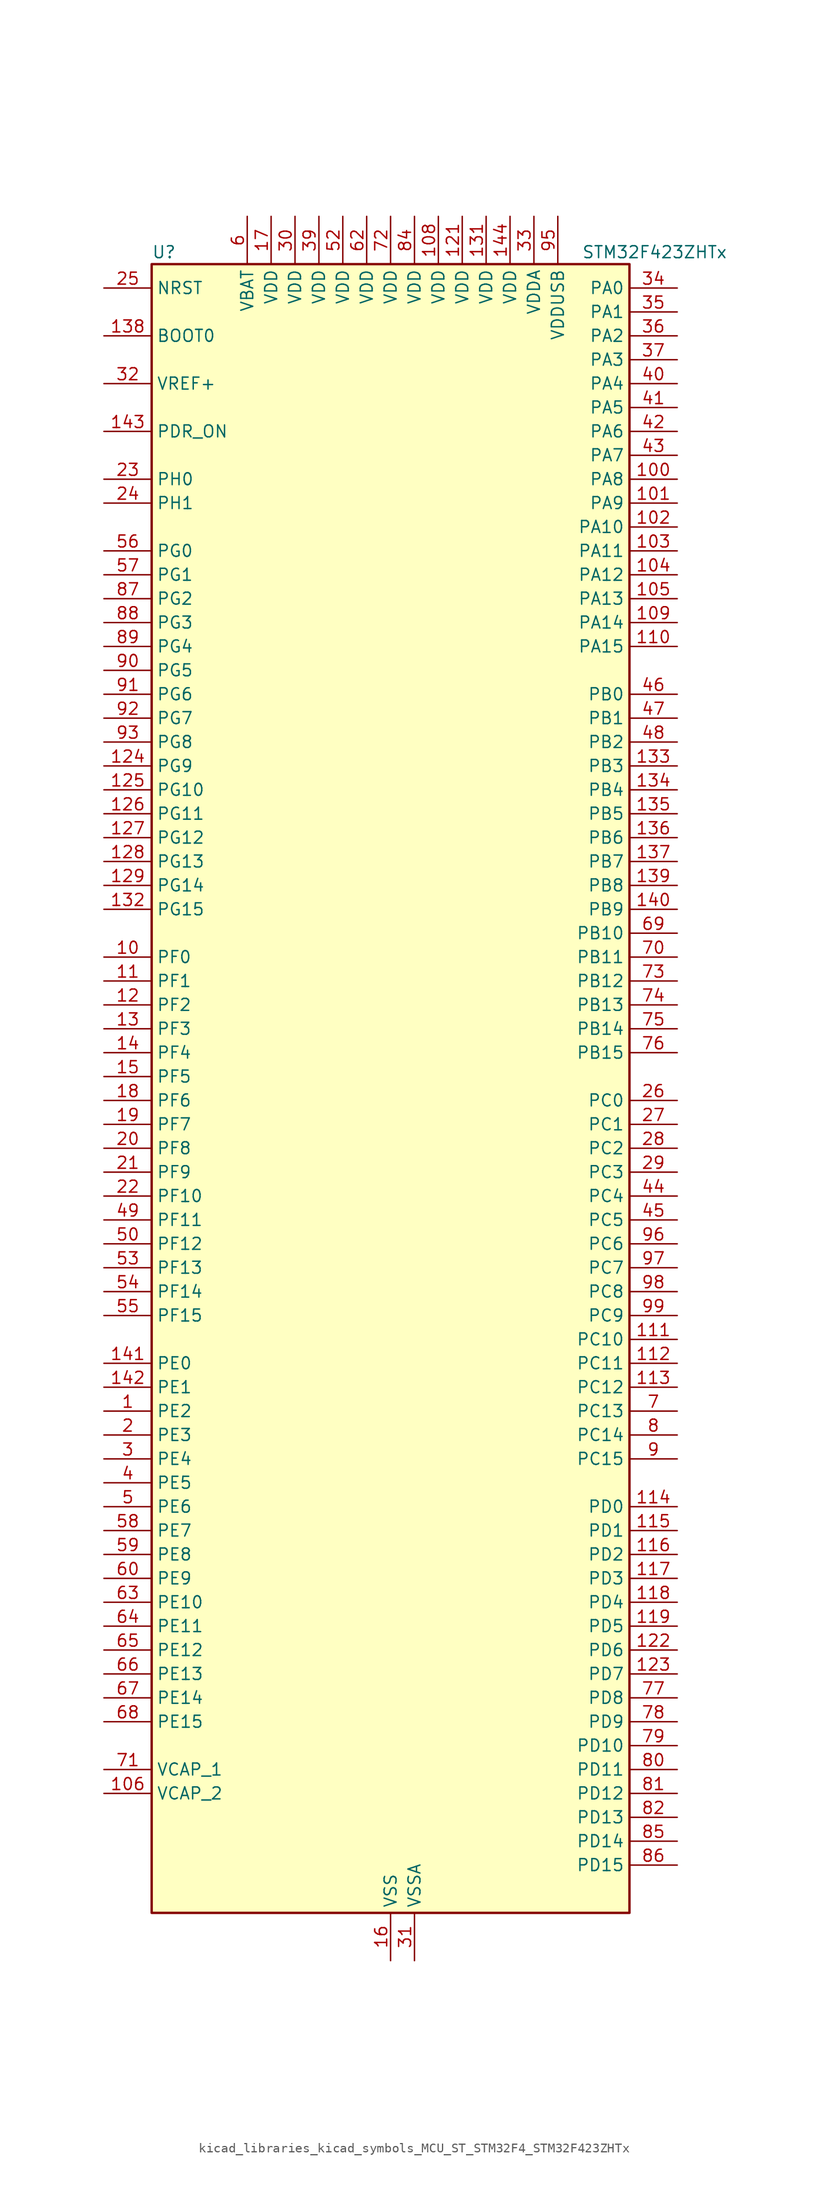
<source format=kicad_sym>
(kicad_symbol_lib
  (version 20220914)
  (generator kicad_symbol_editor)
  (symbol "kicad_libraries_kicad_symbols_MCU_ST_STM32F4_STM32F423ZHTx"
    (property "Reference" "U"
      (at -25.4 90.17 0)
      (effects (font (size 1.27 1.27)) (justify left)))
    (property "Value" "STM32F423ZHTx"
      (at 20.32 90.17 0)
      (effects (font (size 1.27 1.27)) (justify left)))
    (property "ki_locked" ""
      (at 0 0 0)
      (effects (font (size 1.27 1.27))))
    (symbol "kicad_libraries_kicad_symbols_MCU_ST_STM32F4_STM32F423ZHTx_0_1"
      (rectangle (start -25.4 -86.36) (end 25.4 88.9) (stroke (width 0.254) (type default)) (fill (type background))))
    (symbol "kicad_libraries_kicad_symbols_MCU_ST_STM32F4_STM32F423ZHTx_1_1"
      (pin bidirectional line (at -30.48 -33.02 0) (length 5.08) (name "PE2" (effects (font (size 1.27 1.27)))) (number "1" (effects (font (size 1.27 1.27)))) (alternate "FSMC_A23" bidirectional line) (alternate "I2S4_CK" bidirectional line) (alternate "I2S5_CK" bidirectional line) (alternate "QUADSPI_BK1_IO2" bidirectional line) (alternate "SAI1_MCLK_A" bidirectional line) (alternate "SPI4_SCK" bidirectional line) (alternate "SPI5_SCK" bidirectional line) (alternate "SYS_TRACECLK" bidirectional line) (alternate "UART10_RX" bidirectional line))
      (pin bidirectional line (at -30.48 15.24 0) (length 5.08) (name "PF0" (effects (font (size 1.27 1.27)))) (number "10" (effects (font (size 1.27 1.27)))) (alternate "FSMC_A0" bidirectional line) (alternate "I2C2_SDA" bidirectional line))
      (pin bidirectional line (at 30.48 66.04 180) (length 5.08) (name "PA8" (effects (font (size 1.27 1.27)))) (number "100" (effects (font (size 1.27 1.27)))) (alternate "CAN3_RX" bidirectional line) (alternate "DFSDM1_CKOUT" bidirectional line) (alternate "I2C3_SCL" bidirectional line) (alternate "RCC_MCO_1" bidirectional line) (alternate "SDIO_D1" bidirectional line) (alternate "TIM1_CH1" bidirectional line) (alternate "UART7_RX" bidirectional line) (alternate "USART1_CK" bidirectional line) (alternate "USB_OTG_FS_SOF" bidirectional line))
      (pin bidirectional line (at 30.48 63.5 180) (length 5.08) (name "PA9" (effects (font (size 1.27 1.27)))) (number "101" (effects (font (size 1.27 1.27)))) (alternate "DAC_EXTI9" bidirectional line) (alternate "DFSDM2_CKIN3" bidirectional line) (alternate "I2C3_SMBA" bidirectional line) (alternate "I2S2_CK" bidirectional line) (alternate "SDIO_D2" bidirectional line) (alternate "SPI2_SCK" bidirectional line) (alternate "TIM1_CH2" bidirectional line) (alternate "USART1_TX" bidirectional line) (alternate "USB_OTG_FS_VBUS" bidirectional line))
      (pin bidirectional line (at 30.48 60.96 180) (length 5.08) (name "PA10" (effects (font (size 1.27 1.27)))) (number "102" (effects (font (size 1.27 1.27)))) (alternate "DFSDM2_DATIN3" bidirectional line) (alternate "I2S2_SD" bidirectional line) (alternate "I2S5_SD" bidirectional line) (alternate "SPI2_MOSI" bidirectional line) (alternate "SPI5_MOSI" bidirectional line) (alternate "TIM1_CH3" bidirectional line) (alternate "USART1_RX" bidirectional line) (alternate "USB_OTG_FS_ID" bidirectional line))
      (pin bidirectional line (at 30.48 58.42 180) (length 5.08) (name "PA11" (effects (font (size 1.27 1.27)))) (number "103" (effects (font (size 1.27 1.27)))) (alternate "ADC1_EXTI11" bidirectional line) (alternate "CAN1_RX" bidirectional line) (alternate "DFSDM2_CKIN5" bidirectional line) (alternate "I2S2_WS" bidirectional line) (alternate "SPI2_NSS" bidirectional line) (alternate "SPI4_MISO" bidirectional line) (alternate "TIM1_CH4" bidirectional line) (alternate "UART4_RX" bidirectional line) (alternate "USART1_CTS" bidirectional line) (alternate "USART6_TX" bidirectional line) (alternate "USB_OTG_FS_DM" bidirectional line))
      (pin bidirectional line (at 30.48 55.88 180) (length 5.08) (name "PA12" (effects (font (size 1.27 1.27)))) (number "104" (effects (font (size 1.27 1.27)))) (alternate "CAN1_TX" bidirectional line) (alternate "DFSDM2_DATIN5" bidirectional line) (alternate "SPI2_MISO" bidirectional line) (alternate "SPI5_MISO" bidirectional line) (alternate "TIM1_ETR" bidirectional line) (alternate "UART4_TX" bidirectional line) (alternate "USART1_RTS" bidirectional line) (alternate "USART6_RX" bidirectional line) (alternate "USB_OTG_FS_DP" bidirectional line))
      (pin bidirectional line (at 30.48 53.34 180) (length 5.08) (name "PA13" (effects (font (size 1.27 1.27)))) (number "105" (effects (font (size 1.27 1.27)))) (alternate "SYS_JTMS-SWDIO" bidirectional line))
      (pin power_out line (at -30.48 -73.66 0) (length 5.08) (name "VCAP_2" (effects (font (size 1.27 1.27)))) (number "106" (effects (font (size 1.27 1.27)))))
      (pin passive line (at 0 -91.44 90) (length 5.08) hide (name "VSS" (effects (font (size 1.27 1.27)))) (number "107" (effects (font (size 1.27 1.27)))))
      (pin power_in line (at 5.08 93.98 270) (length 5.08) (name "VDD" (effects (font (size 1.27 1.27)))) (number "108" (effects (font (size 1.27 1.27)))))
      (pin bidirectional line (at 30.48 50.8 180) (length 5.08) (name "PA14" (effects (font (size 1.27 1.27)))) (number "109" (effects (font (size 1.27 1.27)))) (alternate "SYS_JTCK-SWCLK" bidirectional line))
      (pin bidirectional line (at -30.48 12.7 0) (length 5.08) (name "PF1" (effects (font (size 1.27 1.27)))) (number "11" (effects (font (size 1.27 1.27)))) (alternate "FSMC_A1" bidirectional line) (alternate "I2C2_SCL" bidirectional line))
      (pin bidirectional line (at 30.48 48.26 180) (length 5.08) (name "PA15" (effects (font (size 1.27 1.27)))) (number "110" (effects (font (size 1.27 1.27)))) (alternate "ADC1_EXTI15" bidirectional line) (alternate "CAN3_TX" bidirectional line) (alternate "I2S1_WS" bidirectional line) (alternate "I2S3_WS" bidirectional line) (alternate "SAI1_MCLK_A" bidirectional line) (alternate "SPI1_NSS" bidirectional line) (alternate "SPI3_NSS" bidirectional line) (alternate "SYS_JTDI" bidirectional line) (alternate "TIM2_CH1" bidirectional line) (alternate "TIM2_ETR" bidirectional line) (alternate "UART7_TX" bidirectional line) (alternate "USART1_TX" bidirectional line))
      (pin bidirectional line (at 30.48 -25.4 180) (length 5.08) (name "PC10" (effects (font (size 1.27 1.27)))) (number "111" (effects (font (size 1.27 1.27)))) (alternate "DFSDM2_CKIN5" bidirectional line) (alternate "I2S3_CK" bidirectional line) (alternate "QUADSPI_BK1_IO1" bidirectional line) (alternate "SDIO_D2" bidirectional line) (alternate "SPI3_SCK" bidirectional line) (alternate "USART3_TX" bidirectional line))
      (pin bidirectional line (at 30.48 -27.94 180) (length 5.08) (name "PC11" (effects (font (size 1.27 1.27)))) (number "112" (effects (font (size 1.27 1.27)))) (alternate "ADC1_EXTI11" bidirectional line) (alternate "DFSDM2_DATIN5" bidirectional line) (alternate "FSMC_D2" bidirectional line) (alternate "FSMC_DA2" bidirectional line) (alternate "I2S3_ext_SD" bidirectional line) (alternate "QUADSPI_BK2_NCS" bidirectional line) (alternate "SDIO_D3" bidirectional line) (alternate "SPI3_MISO" bidirectional line) (alternate "UART4_RX" bidirectional line) (alternate "USART3_RX" bidirectional line))
      (pin bidirectional line (at 30.48 -30.48 180) (length 5.08) (name "PC12" (effects (font (size 1.27 1.27)))) (number "113" (effects (font (size 1.27 1.27)))) (alternate "FSMC_D3" bidirectional line) (alternate "FSMC_DA3" bidirectional line) (alternate "I2S3_SD" bidirectional line) (alternate "SDIO_CK" bidirectional line) (alternate "SPI3_MOSI" bidirectional line) (alternate "UART5_TX" bidirectional line) (alternate "USART3_CK" bidirectional line))
      (pin bidirectional line (at 30.48 -43.18 180) (length 5.08) (name "PD0" (effects (font (size 1.27 1.27)))) (number "114" (effects (font (size 1.27 1.27)))) (alternate "CAN1_RX" bidirectional line) (alternate "DFSDM2_CKIN6" bidirectional line) (alternate "FSMC_D2" bidirectional line) (alternate "FSMC_DA2" bidirectional line) (alternate "UART4_RX" bidirectional line))
      (pin bidirectional line (at 30.48 -45.72 180) (length 5.08) (name "PD1" (effects (font (size 1.27 1.27)))) (number "115" (effects (font (size 1.27 1.27)))) (alternate "CAN1_TX" bidirectional line) (alternate "DFSDM2_DATIN6" bidirectional line) (alternate "FSMC_D3" bidirectional line) (alternate "FSMC_DA3" bidirectional line) (alternate "UART4_TX" bidirectional line))
      (pin bidirectional line (at 30.48 -48.26 180) (length 5.08) (name "PD2" (effects (font (size 1.27 1.27)))) (number "116" (effects (font (size 1.27 1.27)))) (alternate "DFSDM2_CKOUT" bidirectional line) (alternate "FSMC_NWE" bidirectional line) (alternate "SDIO_CMD" bidirectional line) (alternate "TIM3_ETR" bidirectional line) (alternate "UART5_RX" bidirectional line))
      (pin bidirectional line (at 30.48 -50.8 180) (length 5.08) (name "PD3" (effects (font (size 1.27 1.27)))) (number "117" (effects (font (size 1.27 1.27)))) (alternate "DFSDM1_DATIN0" bidirectional line) (alternate "FSMC_CLK" bidirectional line) (alternate "I2S2_CK" bidirectional line) (alternate "QUADSPI_CLK" bidirectional line) (alternate "SPI2_SCK" bidirectional line) (alternate "SYS_TRACED1" bidirectional line) (alternate "USART2_CTS" bidirectional line))
      (pin bidirectional line (at 30.48 -53.34 180) (length 5.08) (name "PD4" (effects (font (size 1.27 1.27)))) (number "118" (effects (font (size 1.27 1.27)))) (alternate "DFSDM1_CKIN0" bidirectional line) (alternate "FSMC_NOE" bidirectional line) (alternate "USART2_RTS" bidirectional line))
      (pin bidirectional line (at 30.48 -55.88 180) (length 5.08) (name "PD5" (effects (font (size 1.27 1.27)))) (number "119" (effects (font (size 1.27 1.27)))) (alternate "DFSDM2_CKOUT" bidirectional line) (alternate "FSMC_NWE" bidirectional line) (alternate "USART2_TX" bidirectional line))
      (pin bidirectional line (at -30.48 10.16 0) (length 5.08) (name "PF2" (effects (font (size 1.27 1.27)))) (number "12" (effects (font (size 1.27 1.27)))) (alternate "FSMC_A2" bidirectional line) (alternate "I2C2_SMBA" bidirectional line))
      (pin passive line (at 0 -91.44 90) (length 5.08) hide (name "VSS" (effects (font (size 1.27 1.27)))) (number "120" (effects (font (size 1.27 1.27)))))
      (pin power_in line (at 7.62 93.98 270) (length 5.08) (name "VDD" (effects (font (size 1.27 1.27)))) (number "121" (effects (font (size 1.27 1.27)))))
      (pin bidirectional line (at 30.48 -58.42 180) (length 5.08) (name "PD6" (effects (font (size 1.27 1.27)))) (number "122" (effects (font (size 1.27 1.27)))) (alternate "DFSDM1_DATIN1" bidirectional line) (alternate "FSMC_NWAIT" bidirectional line) (alternate "I2S3_SD" bidirectional line) (alternate "SPI3_MOSI" bidirectional line) (alternate "USART2_RX" bidirectional line))
      (pin bidirectional line (at 30.48 -60.96 180) (length 5.08) (name "PD7" (effects (font (size 1.27 1.27)))) (number "123" (effects (font (size 1.27 1.27)))) (alternate "DFSDM1_CKIN1" bidirectional line) (alternate "FSMC_NE1" bidirectional line) (alternate "USART2_CK" bidirectional line))
      (pin bidirectional line (at -30.48 35.56 0) (length 5.08) (name "PG9" (effects (font (size 1.27 1.27)))) (number "124" (effects (font (size 1.27 1.27)))) (alternate "DAC_EXTI9" bidirectional line) (alternate "FSMC_NE2" bidirectional line) (alternate "QUADSPI_BK2_IO2" bidirectional line) (alternate "USART6_RX" bidirectional line))
      (pin bidirectional line (at -30.48 33.02 0) (length 5.08) (name "PG10" (effects (font (size 1.27 1.27)))) (number "125" (effects (font (size 1.27 1.27)))) (alternate "FSMC_NE3" bidirectional line))
      (pin bidirectional line (at -30.48 30.48 0) (length 5.08) (name "PG11" (effects (font (size 1.27 1.27)))) (number "126" (effects (font (size 1.27 1.27)))) (alternate "ADC1_EXTI11" bidirectional line) (alternate "CAN2_RX" bidirectional line) (alternate "UART10_RX" bidirectional line))
      (pin bidirectional line (at -30.48 27.94 0) (length 5.08) (name "PG12" (effects (font (size 1.27 1.27)))) (number "127" (effects (font (size 1.27 1.27)))) (alternate "CAN2_TX" bidirectional line) (alternate "FSMC_NE4" bidirectional line) (alternate "UART10_TX" bidirectional line) (alternate "USART6_RTS" bidirectional line))
      (pin bidirectional line (at -30.48 25.4 0) (length 5.08) (name "PG13" (effects (font (size 1.27 1.27)))) (number "128" (effects (font (size 1.27 1.27)))) (alternate "FSMC_A24" bidirectional line) (alternate "SYS_TRACED2" bidirectional line) (alternate "USART6_CTS" bidirectional line))
      (pin bidirectional line (at -30.48 22.86 0) (length 5.08) (name "PG14" (effects (font (size 1.27 1.27)))) (number "129" (effects (font (size 1.27 1.27)))) (alternate "FSMC_A25" bidirectional line) (alternate "QUADSPI_BK2_IO3" bidirectional line) (alternate "SYS_TRACED3" bidirectional line) (alternate "USART6_TX" bidirectional line))
      (pin bidirectional line (at -30.48 7.62 0) (length 5.08) (name "PF3" (effects (font (size 1.27 1.27)))) (number "13" (effects (font (size 1.27 1.27)))) (alternate "FSMC_A3" bidirectional line) (alternate "TIM5_CH1" bidirectional line))
      (pin passive line (at 0 -91.44 90) (length 5.08) hide (name "VSS" (effects (font (size 1.27 1.27)))) (number "130" (effects (font (size 1.27 1.27)))))
      (pin power_in line (at 10.16 93.98 270) (length 5.08) (name "VDD" (effects (font (size 1.27 1.27)))) (number "131" (effects (font (size 1.27 1.27)))))
      (pin bidirectional line (at -30.48 20.32 0) (length 5.08) (name "PG15" (effects (font (size 1.27 1.27)))) (number "132" (effects (font (size 1.27 1.27)))) (alternate "ADC1_EXTI15" bidirectional line) (alternate "USART6_CTS" bidirectional line))
      (pin bidirectional line (at 30.48 35.56 180) (length 5.08) (name "PB3" (effects (font (size 1.27 1.27)))) (number "133" (effects (font (size 1.27 1.27)))) (alternate "CAN3_RX" bidirectional line) (alternate "FMPI2C1_SDA" bidirectional line) (alternate "I2C2_SDA" bidirectional line) (alternate "I2S1_CK" bidirectional line) (alternate "I2S3_CK" bidirectional line) (alternate "SAI1_SD_A" bidirectional line) (alternate "SPI1_SCK" bidirectional line) (alternate "SPI3_SCK" bidirectional line) (alternate "SYS_JTDO-SWO" bidirectional line) (alternate "TIM2_CH2" bidirectional line) (alternate "UART7_RX" bidirectional line) (alternate "USART1_RX" bidirectional line))
      (pin bidirectional line (at 30.48 33.02 180) (length 5.08) (name "PB4" (effects (font (size 1.27 1.27)))) (number "134" (effects (font (size 1.27 1.27)))) (alternate "CAN3_TX" bidirectional line) (alternate "I2C3_SDA" bidirectional line) (alternate "I2S3_ext_SD" bidirectional line) (alternate "SAI1_SCK_A" bidirectional line) (alternate "SDIO_D0" bidirectional line) (alternate "SPI1_MISO" bidirectional line) (alternate "SPI3_MISO" bidirectional line) (alternate "SYS_JTRST" bidirectional line) (alternate "TIM3_CH1" bidirectional line) (alternate "UART7_TX" bidirectional line))
      (pin bidirectional line (at 30.48 30.48 180) (length 5.08) (name "PB5" (effects (font (size 1.27 1.27)))) (number "135" (effects (font (size 1.27 1.27)))) (alternate "CAN2_RX" bidirectional line) (alternate "I2C1_SMBA" bidirectional line) (alternate "I2S1_SD" bidirectional line) (alternate "I2S3_SD" bidirectional line) (alternate "LPTIM1_IN1" bidirectional line) (alternate "SAI1_FS_A" bidirectional line) (alternate "SDIO_D3" bidirectional line) (alternate "SPI1_MOSI" bidirectional line) (alternate "SPI3_MOSI" bidirectional line) (alternate "TIM3_CH2" bidirectional line) (alternate "UART5_RX" bidirectional line))
      (pin bidirectional line (at 30.48 27.94 180) (length 5.08) (name "PB6" (effects (font (size 1.27 1.27)))) (number "136" (effects (font (size 1.27 1.27)))) (alternate "CAN2_TX" bidirectional line) (alternate "DFSDM2_CKIN7" bidirectional line) (alternate "I2C1_SCL" bidirectional line) (alternate "LPTIM1_ETR" bidirectional line) (alternate "QUADSPI_BK1_NCS" bidirectional line) (alternate "SDIO_D0" bidirectional line) (alternate "TIM4_CH1" bidirectional line) (alternate "UART5_TX" bidirectional line) (alternate "USART1_TX" bidirectional line))
      (pin bidirectional line (at 30.48 25.4 180) (length 5.08) (name "PB7" (effects (font (size 1.27 1.27)))) (number "137" (effects (font (size 1.27 1.27)))) (alternate "DFSDM2_DATIN7" bidirectional line) (alternate "FSMC_NL" bidirectional line) (alternate "I2C1_SDA" bidirectional line) (alternate "LPTIM1_IN2" bidirectional line) (alternate "TIM4_CH2" bidirectional line) (alternate "USART1_RX" bidirectional line))
      (pin input line (at -30.48 81.28 0) (length 5.08) (name "BOOT0" (effects (font (size 1.27 1.27)))) (number "138" (effects (font (size 1.27 1.27)))))
      (pin bidirectional line (at 30.48 22.86 180) (length 5.08) (name "PB8" (effects (font (size 1.27 1.27)))) (number "139" (effects (font (size 1.27 1.27)))) (alternate "CAN1_RX" bidirectional line) (alternate "DFSDM2_CKIN1" bidirectional line) (alternate "I2C1_SCL" bidirectional line) (alternate "I2C3_SDA" bidirectional line) (alternate "I2S5_SD" bidirectional line) (alternate "LPTIM1_OUT" bidirectional line) (alternate "SDIO_D4" bidirectional line) (alternate "SPI5_MOSI" bidirectional line) (alternate "TIM10_CH1" bidirectional line) (alternate "TIM4_CH3" bidirectional line) (alternate "UART5_RX" bidirectional line))
      (pin bidirectional line (at -30.48 5.08 0) (length 5.08) (name "PF4" (effects (font (size 1.27 1.27)))) (number "14" (effects (font (size 1.27 1.27)))) (alternate "FSMC_A4" bidirectional line) (alternate "TIM5_CH2" bidirectional line))
      (pin bidirectional line (at 30.48 20.32 180) (length 5.08) (name "PB9" (effects (font (size 1.27 1.27)))) (number "140" (effects (font (size 1.27 1.27)))) (alternate "CAN1_TX" bidirectional line) (alternate "DAC_EXTI9" bidirectional line) (alternate "DFSDM2_DATIN1" bidirectional line) (alternate "I2C1_SDA" bidirectional line) (alternate "I2C2_SDA" bidirectional line) (alternate "I2S2_WS" bidirectional line) (alternate "SDIO_D5" bidirectional line) (alternate "SPI2_NSS" bidirectional line) (alternate "TIM11_CH1" bidirectional line) (alternate "TIM4_CH4" bidirectional line) (alternate "UART5_TX" bidirectional line))
      (pin bidirectional line (at -30.48 -27.94 0) (length 5.08) (name "PE0" (effects (font (size 1.27 1.27)))) (number "141" (effects (font (size 1.27 1.27)))) (alternate "DFSDM2_CKIN4" bidirectional line) (alternate "FSMC_NBL0" bidirectional line) (alternate "TIM4_ETR" bidirectional line) (alternate "UART8_RX" bidirectional line))
      (pin bidirectional line (at -30.48 -30.48 0) (length 5.08) (name "PE1" (effects (font (size 1.27 1.27)))) (number "142" (effects (font (size 1.27 1.27)))) (alternate "DFSDM2_DATIN4" bidirectional line) (alternate "FSMC_NBL1" bidirectional line) (alternate "UART8_TX" bidirectional line))
      (pin input line (at -30.48 71.12 0) (length 5.08) (name "PDR_ON" (effects (font (size 1.27 1.27)))) (number "143" (effects (font (size 1.27 1.27)))))
      (pin power_in line (at 12.7 93.98 270) (length 5.08) (name "VDD" (effects (font (size 1.27 1.27)))) (number "144" (effects (font (size 1.27 1.27)))))
      (pin bidirectional line (at -30.48 2.54 0) (length 5.08) (name "PF5" (effects (font (size 1.27 1.27)))) (number "15" (effects (font (size 1.27 1.27)))) (alternate "FSMC_A5" bidirectional line) (alternate "TIM5_CH3" bidirectional line))
      (pin power_in line (at 0 -91.44 90) (length 5.08) (name "VSS" (effects (font (size 1.27 1.27)))) (number "16" (effects (font (size 1.27 1.27)))))
      (pin power_in line (at -12.7 93.98 270) (length 5.08) (name "VDD" (effects (font (size 1.27 1.27)))) (number "17" (effects (font (size 1.27 1.27)))))
      (pin bidirectional line (at -30.48 0 0) (length 5.08) (name "PF6" (effects (font (size 1.27 1.27)))) (number "18" (effects (font (size 1.27 1.27)))) (alternate "QUADSPI_BK1_IO3" bidirectional line) (alternate "SAI1_SD_B" bidirectional line) (alternate "SYS_TRACED0" bidirectional line) (alternate "TIM10_CH1" bidirectional line) (alternate "UART7_RX" bidirectional line))
      (pin bidirectional line (at -30.48 -2.54 0) (length 5.08) (name "PF7" (effects (font (size 1.27 1.27)))) (number "19" (effects (font (size 1.27 1.27)))) (alternate "QUADSPI_BK1_IO2" bidirectional line) (alternate "SAI1_MCLK_B" bidirectional line) (alternate "SYS_TRACED1" bidirectional line) (alternate "TIM11_CH1" bidirectional line) (alternate "UART7_TX" bidirectional line))
      (pin bidirectional line (at -30.48 -35.56 0) (length 5.08) (name "PE3" (effects (font (size 1.27 1.27)))) (number "2" (effects (font (size 1.27 1.27)))) (alternate "FSMC_A19" bidirectional line) (alternate "SAI1_SD_B" bidirectional line) (alternate "SYS_TRACED0" bidirectional line) (alternate "UART10_TX" bidirectional line))
      (pin bidirectional line (at -30.48 -5.08 0) (length 5.08) (name "PF8" (effects (font (size 1.27 1.27)))) (number "20" (effects (font (size 1.27 1.27)))) (alternate "QUADSPI_BK1_IO0" bidirectional line) (alternate "SAI1_SCK_B" bidirectional line) (alternate "TIM13_CH1" bidirectional line) (alternate "UART8_RX" bidirectional line))
      (pin bidirectional line (at -30.48 -7.62 0) (length 5.08) (name "PF9" (effects (font (size 1.27 1.27)))) (number "21" (effects (font (size 1.27 1.27)))) (alternate "DAC_EXTI9" bidirectional line) (alternate "QUADSPI_BK1_IO1" bidirectional line) (alternate "SAI1_FS_B" bidirectional line) (alternate "TIM14_CH1" bidirectional line) (alternate "UART8_TX" bidirectional line))
      (pin bidirectional line (at -30.48 -10.16 0) (length 5.08) (name "PF10" (effects (font (size 1.27 1.27)))) (number "22" (effects (font (size 1.27 1.27)))) (alternate "TIM1_ETR" bidirectional line) (alternate "TIM5_CH4" bidirectional line))
      (pin bidirectional line (at -30.48 66.04 0) (length 5.08) (name "PH0" (effects (font (size 1.27 1.27)))) (number "23" (effects (font (size 1.27 1.27)))) (alternate "RCC_OSC_IN" bidirectional line))
      (pin bidirectional line (at -30.48 63.5 0) (length 5.08) (name "PH1" (effects (font (size 1.27 1.27)))) (number "24" (effects (font (size 1.27 1.27)))) (alternate "RCC_OSC_OUT" bidirectional line))
      (pin input line (at -30.48 86.36 0) (length 5.08) (name "NRST" (effects (font (size 1.27 1.27)))) (number "25" (effects (font (size 1.27 1.27)))))
      (pin bidirectional line (at 30.48 0 180) (length 5.08) (name "PC0" (effects (font (size 1.27 1.27)))) (number "26" (effects (font (size 1.27 1.27)))) (alternate "ADC1_IN10" bidirectional line) (alternate "DFSDM2_CKIN4" bidirectional line) (alternate "LPTIM1_IN1" bidirectional line) (alternate "SAI1_MCLK_B" bidirectional line) (alternate "SYS_WKUP2" bidirectional line))
      (pin bidirectional line (at 30.48 -2.54 180) (length 5.08) (name "PC1" (effects (font (size 1.27 1.27)))) (number "27" (effects (font (size 1.27 1.27)))) (alternate "ADC1_IN11" bidirectional line) (alternate "DFSDM2_DATIN4" bidirectional line) (alternate "LPTIM1_OUT" bidirectional line) (alternate "SAI1_SD_B" bidirectional line) (alternate "SYS_WKUP3" bidirectional line))
      (pin bidirectional line (at 30.48 -5.08 180) (length 5.08) (name "PC2" (effects (font (size 1.27 1.27)))) (number "28" (effects (font (size 1.27 1.27)))) (alternate "ADC1_IN12" bidirectional line) (alternate "DFSDM1_CKOUT" bidirectional line) (alternate "DFSDM2_DATIN7" bidirectional line) (alternate "FSMC_NWE" bidirectional line) (alternate "I2S2_ext_SD" bidirectional line) (alternate "LPTIM1_IN2" bidirectional line) (alternate "SAI1_SCK_B" bidirectional line) (alternate "SPI2_MISO" bidirectional line))
      (pin bidirectional line (at 30.48 -7.62 180) (length 5.08) (name "PC3" (effects (font (size 1.27 1.27)))) (number "29" (effects (font (size 1.27 1.27)))) (alternate "ADC1_IN13" bidirectional line) (alternate "DFSDM2_CKIN7" bidirectional line) (alternate "FSMC_A0" bidirectional line) (alternate "I2S2_SD" bidirectional line) (alternate "LPTIM1_ETR" bidirectional line) (alternate "SAI1_FS_B" bidirectional line) (alternate "SPI2_MOSI" bidirectional line))
      (pin bidirectional line (at -30.48 -38.1 0) (length 5.08) (name "PE4" (effects (font (size 1.27 1.27)))) (number "3" (effects (font (size 1.27 1.27)))) (alternate "DFSDM1_DATIN3" bidirectional line) (alternate "FSMC_A20" bidirectional line) (alternate "I2S4_WS" bidirectional line) (alternate "I2S5_WS" bidirectional line) (alternate "SAI1_SD_A" bidirectional line) (alternate "SPI4_NSS" bidirectional line) (alternate "SPI5_NSS" bidirectional line) (alternate "SYS_TRACED1" bidirectional line))
      (pin power_in line (at -10.16 93.98 270) (length 5.08) (name "VDD" (effects (font (size 1.27 1.27)))) (number "30" (effects (font (size 1.27 1.27)))))
      (pin power_in line (at 2.54 -91.44 90) (length 5.08) (name "VSSA" (effects (font (size 1.27 1.27)))) (number "31" (effects (font (size 1.27 1.27)))))
      (pin input line (at -30.48 76.2 0) (length 5.08) (name "VREF+" (effects (font (size 1.27 1.27)))) (number "32" (effects (font (size 1.27 1.27)))))
      (pin power_in line (at 15.24 93.98 270) (length 5.08) (name "VDDA" (effects (font (size 1.27 1.27)))) (number "33" (effects (font (size 1.27 1.27)))))
      (pin bidirectional line (at 30.48 86.36 180) (length 5.08) (name "PA0" (effects (font (size 1.27 1.27)))) (number "34" (effects (font (size 1.27 1.27)))) (alternate "ADC1_IN0" bidirectional line) (alternate "SYS_WKUP1" bidirectional line) (alternate "TIM2_CH1" bidirectional line) (alternate "TIM2_ETR" bidirectional line) (alternate "TIM5_CH1" bidirectional line) (alternate "TIM8_ETR" bidirectional line) (alternate "UART4_TX" bidirectional line) (alternate "USART2_CTS" bidirectional line))
      (pin bidirectional line (at 30.48 83.82 180) (length 5.08) (name "PA1" (effects (font (size 1.27 1.27)))) (number "35" (effects (font (size 1.27 1.27)))) (alternate "ADC1_IN1" bidirectional line) (alternate "I2S4_SD" bidirectional line) (alternate "QUADSPI_BK1_IO3" bidirectional line) (alternate "SPI4_MOSI" bidirectional line) (alternate "TIM2_CH2" bidirectional line) (alternate "TIM5_CH2" bidirectional line) (alternate "UART4_RX" bidirectional line) (alternate "USART2_RTS" bidirectional line))
      (pin bidirectional line (at 30.48 81.28 180) (length 5.08) (name "PA2" (effects (font (size 1.27 1.27)))) (number "36" (effects (font (size 1.27 1.27)))) (alternate "ADC1_IN2" bidirectional line) (alternate "FSMC_D4" bidirectional line) (alternate "FSMC_DA4" bidirectional line) (alternate "I2S_CKIN" bidirectional line) (alternate "TIM2_CH3" bidirectional line) (alternate "TIM5_CH3" bidirectional line) (alternate "TIM9_CH1" bidirectional line) (alternate "USART2_TX" bidirectional line))
      (pin bidirectional line (at 30.48 78.74 180) (length 5.08) (name "PA3" (effects (font (size 1.27 1.27)))) (number "37" (effects (font (size 1.27 1.27)))) (alternate "ADC1_IN3" bidirectional line) (alternate "FSMC_D5" bidirectional line) (alternate "FSMC_DA5" bidirectional line) (alternate "I2S2_MCK" bidirectional line) (alternate "SAI1_SD_B" bidirectional line) (alternate "TIM2_CH4" bidirectional line) (alternate "TIM5_CH4" bidirectional line) (alternate "TIM9_CH2" bidirectional line) (alternate "USART2_RX" bidirectional line))
      (pin passive line (at 0 -91.44 90) (length 5.08) hide (name "VSS" (effects (font (size 1.27 1.27)))) (number "38" (effects (font (size 1.27 1.27)))))
      (pin power_in line (at -7.62 93.98 270) (length 5.08) (name "VDD" (effects (font (size 1.27 1.27)))) (number "39" (effects (font (size 1.27 1.27)))))
      (pin bidirectional line (at -30.48 -40.64 0) (length 5.08) (name "PE5" (effects (font (size 1.27 1.27)))) (number "4" (effects (font (size 1.27 1.27)))) (alternate "DFSDM1_CKIN3" bidirectional line) (alternate "FSMC_A21" bidirectional line) (alternate "SAI1_SCK_A" bidirectional line) (alternate "SPI4_MISO" bidirectional line) (alternate "SPI5_MISO" bidirectional line) (alternate "SYS_TRACED2" bidirectional line) (alternate "TIM9_CH1" bidirectional line))
      (pin bidirectional line (at 30.48 76.2 180) (length 5.08) (name "PA4" (effects (font (size 1.27 1.27)))) (number "40" (effects (font (size 1.27 1.27)))) (alternate "ADC1_IN4" bidirectional line) (alternate "DAC_OUT1" bidirectional line) (alternate "DFSDM1_DATIN1" bidirectional line) (alternate "FSMC_D6" bidirectional line) (alternate "FSMC_DA6" bidirectional line) (alternate "I2S1_WS" bidirectional line) (alternate "I2S3_WS" bidirectional line) (alternate "SPI1_NSS" bidirectional line) (alternate "SPI3_NSS" bidirectional line) (alternate "USART2_CK" bidirectional line))
      (pin bidirectional line (at 30.48 73.66 180) (length 5.08) (name "PA5" (effects (font (size 1.27 1.27)))) (number "41" (effects (font (size 1.27 1.27)))) (alternate "ADC1_IN5" bidirectional line) (alternate "DAC_OUT2" bidirectional line) (alternate "DFSDM1_CKIN1" bidirectional line) (alternate "FSMC_D7" bidirectional line) (alternate "FSMC_DA7" bidirectional line) (alternate "I2S1_CK" bidirectional line) (alternate "SPI1_SCK" bidirectional line) (alternate "TIM2_CH1" bidirectional line) (alternate "TIM2_ETR" bidirectional line) (alternate "TIM8_CH1N" bidirectional line))
      (pin bidirectional line (at 30.48 71.12 180) (length 5.08) (name "PA6" (effects (font (size 1.27 1.27)))) (number "42" (effects (font (size 1.27 1.27)))) (alternate "ADC1_IN6" bidirectional line) (alternate "DFSDM2_CKIN1" bidirectional line) (alternate "I2S2_MCK" bidirectional line) (alternate "QUADSPI_BK2_IO0" bidirectional line) (alternate "SDIO_CMD" bidirectional line) (alternate "SPI1_MISO" bidirectional line) (alternate "TIM13_CH1" bidirectional line) (alternate "TIM1_BKIN" bidirectional line) (alternate "TIM3_CH1" bidirectional line) (alternate "TIM8_BKIN" bidirectional line))
      (pin bidirectional line (at 30.48 68.58 180) (length 5.08) (name "PA7" (effects (font (size 1.27 1.27)))) (number "43" (effects (font (size 1.27 1.27)))) (alternate "ADC1_IN7" bidirectional line) (alternate "DFSDM2_DATIN1" bidirectional line) (alternate "I2S1_SD" bidirectional line) (alternate "QUADSPI_BK2_IO1" bidirectional line) (alternate "SPI1_MOSI" bidirectional line) (alternate "TIM14_CH1" bidirectional line) (alternate "TIM1_CH1N" bidirectional line) (alternate "TIM3_CH2" bidirectional line) (alternate "TIM8_CH1N" bidirectional line))
      (pin bidirectional line (at 30.48 -10.16 180) (length 5.08) (name "PC4" (effects (font (size 1.27 1.27)))) (number "44" (effects (font (size 1.27 1.27)))) (alternate "ADC1_IN14" bidirectional line) (alternate "DFSDM2_CKIN2" bidirectional line) (alternate "FSMC_NE4" bidirectional line) (alternate "I2S1_MCK" bidirectional line) (alternate "QUADSPI_BK2_IO2" bidirectional line))
      (pin bidirectional line (at 30.48 -12.7 180) (length 5.08) (name "PC5" (effects (font (size 1.27 1.27)))) (number "45" (effects (font (size 1.27 1.27)))) (alternate "ADC1_IN15" bidirectional line) (alternate "DFSDM2_DATIN2" bidirectional line) (alternate "FMPI2C1_SMBA" bidirectional line) (alternate "FSMC_NOE" bidirectional line) (alternate "QUADSPI_BK2_IO3" bidirectional line) (alternate "USART3_RX" bidirectional line))
      (pin bidirectional line (at 30.48 43.18 180) (length 5.08) (name "PB0" (effects (font (size 1.27 1.27)))) (number "46" (effects (font (size 1.27 1.27)))) (alternate "ADC1_IN8" bidirectional line) (alternate "I2S5_CK" bidirectional line) (alternate "SPI5_SCK" bidirectional line) (alternate "TIM1_CH2N" bidirectional line) (alternate "TIM3_CH3" bidirectional line) (alternate "TIM8_CH2N" bidirectional line))
      (pin bidirectional line (at 30.48 40.64 180) (length 5.08) (name "PB1" (effects (font (size 1.27 1.27)))) (number "47" (effects (font (size 1.27 1.27)))) (alternate "ADC1_IN9" bidirectional line) (alternate "DFSDM1_DATIN0" bidirectional line) (alternate "I2S5_WS" bidirectional line) (alternate "QUADSPI_CLK" bidirectional line) (alternate "SPI5_NSS" bidirectional line) (alternate "TIM1_CH3N" bidirectional line) (alternate "TIM3_CH4" bidirectional line) (alternate "TIM8_CH3N" bidirectional line))
      (pin bidirectional line (at 30.48 38.1 180) (length 5.08) (name "PB2" (effects (font (size 1.27 1.27)))) (number "48" (effects (font (size 1.27 1.27)))) (alternate "DFSDM1_CKIN0" bidirectional line) (alternate "LPTIM1_OUT" bidirectional line) (alternate "QUADSPI_CLK" bidirectional line))
      (pin bidirectional line (at -30.48 -12.7 0) (length 5.08) (name "PF11" (effects (font (size 1.27 1.27)))) (number "49" (effects (font (size 1.27 1.27)))) (alternate "ADC1_EXTI11" bidirectional line) (alternate "TIM8_ETR" bidirectional line))
      (pin bidirectional line (at -30.48 -43.18 0) (length 5.08) (name "PE6" (effects (font (size 1.27 1.27)))) (number "5" (effects (font (size 1.27 1.27)))) (alternate "FSMC_A22" bidirectional line) (alternate "I2S4_SD" bidirectional line) (alternate "I2S5_SD" bidirectional line) (alternate "SAI1_FS_A" bidirectional line) (alternate "SPI4_MOSI" bidirectional line) (alternate "SPI5_MOSI" bidirectional line) (alternate "SYS_TRACED3" bidirectional line) (alternate "TIM9_CH2" bidirectional line))
      (pin bidirectional line (at -30.48 -15.24 0) (length 5.08) (name "PF12" (effects (font (size 1.27 1.27)))) (number "50" (effects (font (size 1.27 1.27)))) (alternate "FSMC_A6" bidirectional line) (alternate "TIM8_BKIN" bidirectional line))
      (pin passive line (at 0 -91.44 90) (length 5.08) hide (name "VSS" (effects (font (size 1.27 1.27)))) (number "51" (effects (font (size 1.27 1.27)))))
      (pin power_in line (at -5.08 93.98 270) (length 5.08) (name "VDD" (effects (font (size 1.27 1.27)))) (number "52" (effects (font (size 1.27 1.27)))))
      (pin bidirectional line (at -30.48 -17.78 0) (length 5.08) (name "PF13" (effects (font (size 1.27 1.27)))) (number "53" (effects (font (size 1.27 1.27)))) (alternate "FMPI2C1_SMBA" bidirectional line) (alternate "FSMC_A7" bidirectional line))
      (pin bidirectional line (at -30.48 -20.32 0) (length 5.08) (name "PF14" (effects (font (size 1.27 1.27)))) (number "54" (effects (font (size 1.27 1.27)))) (alternate "FMPI2C1_SCL" bidirectional line) (alternate "FSMC_A8" bidirectional line))
      (pin bidirectional line (at -30.48 -22.86 0) (length 5.08) (name "PF15" (effects (font (size 1.27 1.27)))) (number "55" (effects (font (size 1.27 1.27)))) (alternate "ADC1_EXTI15" bidirectional line) (alternate "FMPI2C1_SDA" bidirectional line) (alternate "FSMC_A9" bidirectional line))
      (pin bidirectional line (at -30.48 58.42 0) (length 5.08) (name "PG0" (effects (font (size 1.27 1.27)))) (number "56" (effects (font (size 1.27 1.27)))) (alternate "CAN1_RX" bidirectional line) (alternate "FSMC_A10" bidirectional line) (alternate "UART9_RX" bidirectional line))
      (pin bidirectional line (at -30.48 55.88 0) (length 5.08) (name "PG1" (effects (font (size 1.27 1.27)))) (number "57" (effects (font (size 1.27 1.27)))) (alternate "CAN1_TX" bidirectional line) (alternate "FSMC_A11" bidirectional line) (alternate "UART9_TX" bidirectional line))
      (pin bidirectional line (at -30.48 -45.72 0) (length 5.08) (name "PE7" (effects (font (size 1.27 1.27)))) (number "58" (effects (font (size 1.27 1.27)))) (alternate "DFSDM1_DATIN2" bidirectional line) (alternate "FSMC_D4" bidirectional line) (alternate "FSMC_DA4" bidirectional line) (alternate "QUADSPI_BK2_IO0" bidirectional line) (alternate "TIM1_ETR" bidirectional line) (alternate "UART7_RX" bidirectional line))
      (pin bidirectional line (at -30.48 -48.26 0) (length 5.08) (name "PE8" (effects (font (size 1.27 1.27)))) (number "59" (effects (font (size 1.27 1.27)))) (alternate "DFSDM1_CKIN2" bidirectional line) (alternate "FSMC_D5" bidirectional line) (alternate "FSMC_DA5" bidirectional line) (alternate "QUADSPI_BK2_IO1" bidirectional line) (alternate "TIM1_CH1N" bidirectional line) (alternate "UART7_TX" bidirectional line))
      (pin power_in line (at -15.24 93.98 270) (length 5.08) (name "VBAT" (effects (font (size 1.27 1.27)))) (number "6" (effects (font (size 1.27 1.27)))))
      (pin bidirectional line (at -30.48 -50.8 0) (length 5.08) (name "PE9" (effects (font (size 1.27 1.27)))) (number "60" (effects (font (size 1.27 1.27)))) (alternate "DAC_EXTI9" bidirectional line) (alternate "DFSDM1_CKOUT" bidirectional line) (alternate "FSMC_D6" bidirectional line) (alternate "FSMC_DA6" bidirectional line) (alternate "QUADSPI_BK2_IO2" bidirectional line) (alternate "TIM1_CH1" bidirectional line))
      (pin passive line (at 0 -91.44 90) (length 5.08) hide (name "VSS" (effects (font (size 1.27 1.27)))) (number "61" (effects (font (size 1.27 1.27)))))
      (pin power_in line (at -2.54 93.98 270) (length 5.08) (name "VDD" (effects (font (size 1.27 1.27)))) (number "62" (effects (font (size 1.27 1.27)))))
      (pin bidirectional line (at -30.48 -53.34 0) (length 5.08) (name "PE10" (effects (font (size 1.27 1.27)))) (number "63" (effects (font (size 1.27 1.27)))) (alternate "DFSDM2_DATIN0" bidirectional line) (alternate "FSMC_D7" bidirectional line) (alternate "FSMC_DA7" bidirectional line) (alternate "QUADSPI_BK2_IO3" bidirectional line) (alternate "TIM1_CH2N" bidirectional line))
      (pin bidirectional line (at -30.48 -55.88 0) (length 5.08) (name "PE11" (effects (font (size 1.27 1.27)))) (number "64" (effects (font (size 1.27 1.27)))) (alternate "ADC1_EXTI11" bidirectional line) (alternate "DFSDM2_CKIN0" bidirectional line) (alternate "FSMC_D8" bidirectional line) (alternate "FSMC_DA8" bidirectional line) (alternate "I2S4_WS" bidirectional line) (alternate "I2S5_WS" bidirectional line) (alternate "SPI4_NSS" bidirectional line) (alternate "SPI5_NSS" bidirectional line) (alternate "TIM1_CH2" bidirectional line))
      (pin bidirectional line (at -30.48 -58.42 0) (length 5.08) (name "PE12" (effects (font (size 1.27 1.27)))) (number "65" (effects (font (size 1.27 1.27)))) (alternate "DFSDM2_DATIN7" bidirectional line) (alternate "FSMC_D9" bidirectional line) (alternate "FSMC_DA9" bidirectional line) (alternate "I2S4_CK" bidirectional line) (alternate "I2S5_CK" bidirectional line) (alternate "SPI4_SCK" bidirectional line) (alternate "SPI5_SCK" bidirectional line) (alternate "TIM1_CH3N" bidirectional line))
      (pin bidirectional line (at -30.48 -60.96 0) (length 5.08) (name "PE13" (effects (font (size 1.27 1.27)))) (number "66" (effects (font (size 1.27 1.27)))) (alternate "DFSDM2_CKIN7" bidirectional line) (alternate "FSMC_D10" bidirectional line) (alternate "FSMC_DA10" bidirectional line) (alternate "SPI4_MISO" bidirectional line) (alternate "SPI5_MISO" bidirectional line) (alternate "TIM1_CH3" bidirectional line))
      (pin bidirectional line (at -30.48 -63.5 0) (length 5.08) (name "PE14" (effects (font (size 1.27 1.27)))) (number "67" (effects (font (size 1.27 1.27)))) (alternate "DFSDM2_DATIN1" bidirectional line) (alternate "FSMC_D11" bidirectional line) (alternate "FSMC_DA11" bidirectional line) (alternate "I2S4_SD" bidirectional line) (alternate "I2S5_SD" bidirectional line) (alternate "SPI4_MOSI" bidirectional line) (alternate "SPI5_MOSI" bidirectional line) (alternate "TIM1_CH4" bidirectional line))
      (pin bidirectional line (at -30.48 -66.04 0) (length 5.08) (name "PE15" (effects (font (size 1.27 1.27)))) (number "68" (effects (font (size 1.27 1.27)))) (alternate "ADC1_EXTI15" bidirectional line) (alternate "DFSDM2_CKIN1" bidirectional line) (alternate "FSMC_D12" bidirectional line) (alternate "FSMC_DA12" bidirectional line) (alternate "TIM1_BKIN" bidirectional line))
      (pin bidirectional line (at 30.48 17.78 180) (length 5.08) (name "PB10" (effects (font (size 1.27 1.27)))) (number "69" (effects (font (size 1.27 1.27)))) (alternate "DFSDM2_CKOUT" bidirectional line) (alternate "FMPI2C1_SCL" bidirectional line) (alternate "I2C2_SCL" bidirectional line) (alternate "I2S2_CK" bidirectional line) (alternate "I2S3_MCK" bidirectional line) (alternate "SDIO_D7" bidirectional line) (alternate "SPI2_SCK" bidirectional line) (alternate "TIM2_CH3" bidirectional line) (alternate "USART3_TX" bidirectional line))
      (pin bidirectional line (at 30.48 -33.02 180) (length 5.08) (name "PC13" (effects (font (size 1.27 1.27)))) (number "7" (effects (font (size 1.27 1.27)))) (alternate "RTC_AF1" bidirectional line))
      (pin bidirectional line (at 30.48 15.24 180) (length 5.08) (name "PB11" (effects (font (size 1.27 1.27)))) (number "70" (effects (font (size 1.27 1.27)))) (alternate "ADC1_EXTI11" bidirectional line) (alternate "I2C2_SDA" bidirectional line) (alternate "I2S_CKIN" bidirectional line) (alternate "TIM2_CH4" bidirectional line) (alternate "USART3_RX" bidirectional line))
      (pin power_out line (at -30.48 -71.12 0) (length 5.08) (name "VCAP_1" (effects (font (size 1.27 1.27)))) (number "71" (effects (font (size 1.27 1.27)))))
      (pin power_in line (at 0 93.98 270) (length 5.08) (name "VDD" (effects (font (size 1.27 1.27)))) (number "72" (effects (font (size 1.27 1.27)))))
      (pin bidirectional line (at 30.48 12.7 180) (length 5.08) (name "PB12" (effects (font (size 1.27 1.27)))) (number "73" (effects (font (size 1.27 1.27)))) (alternate "CAN2_RX" bidirectional line) (alternate "DFSDM1_DATIN1" bidirectional line) (alternate "FSMC_D13" bidirectional line) (alternate "FSMC_DA13" bidirectional line) (alternate "I2C2_SMBA" bidirectional line) (alternate "I2S2_WS" bidirectional line) (alternate "I2S3_CK" bidirectional line) (alternate "I2S4_WS" bidirectional line) (alternate "SPI2_NSS" bidirectional line) (alternate "SPI3_SCK" bidirectional line) (alternate "SPI4_NSS" bidirectional line) (alternate "TIM1_BKIN" bidirectional line) (alternate "UART5_RX" bidirectional line) (alternate "USART3_CK" bidirectional line))
      (pin bidirectional line (at 30.48 10.16 180) (length 5.08) (name "PB13" (effects (font (size 1.27 1.27)))) (number "74" (effects (font (size 1.27 1.27)))) (alternate "CAN2_TX" bidirectional line) (alternate "DFSDM1_CKIN1" bidirectional line) (alternate "FMPI2C1_SMBA" bidirectional line) (alternate "I2S2_CK" bidirectional line) (alternate "I2S4_CK" bidirectional line) (alternate "SPI2_SCK" bidirectional line) (alternate "SPI4_SCK" bidirectional line) (alternate "TIM1_CH1N" bidirectional line) (alternate "UART5_TX" bidirectional line) (alternate "USART3_CTS" bidirectional line))
      (pin bidirectional line (at 30.48 7.62 180) (length 5.08) (name "PB14" (effects (font (size 1.27 1.27)))) (number "75" (effects (font (size 1.27 1.27)))) (alternate "DFSDM1_DATIN2" bidirectional line) (alternate "FMPI2C1_SDA" bidirectional line) (alternate "FSMC_D0" bidirectional line) (alternate "FSMC_DA0" bidirectional line) (alternate "I2S2_ext_SD" bidirectional line) (alternate "SDIO_D6" bidirectional line) (alternate "SPI2_MISO" bidirectional line) (alternate "TIM12_CH1" bidirectional line) (alternate "TIM1_CH2N" bidirectional line) (alternate "TIM8_CH2N" bidirectional line) (alternate "USART3_RTS" bidirectional line))
      (pin bidirectional line (at 30.48 5.08 180) (length 5.08) (name "PB15" (effects (font (size 1.27 1.27)))) (number "76" (effects (font (size 1.27 1.27)))) (alternate "ADC1_EXTI15" bidirectional line) (alternate "DFSDM1_CKIN2" bidirectional line) (alternate "FMPI2C1_SCL" bidirectional line) (alternate "I2S2_SD" bidirectional line) (alternate "RTC_REFIN" bidirectional line) (alternate "SDIO_CK" bidirectional line) (alternate "SPI2_MOSI" bidirectional line) (alternate "TIM12_CH2" bidirectional line) (alternate "TIM1_CH3N" bidirectional line) (alternate "TIM8_CH3N" bidirectional line))
      (pin bidirectional line (at 30.48 -63.5 180) (length 5.08) (name "PD8" (effects (font (size 1.27 1.27)))) (number "77" (effects (font (size 1.27 1.27)))) (alternate "FSMC_D13" bidirectional line) (alternate "FSMC_DA13" bidirectional line) (alternate "USART3_TX" bidirectional line))
      (pin bidirectional line (at 30.48 -66.04 180) (length 5.08) (name "PD9" (effects (font (size 1.27 1.27)))) (number "78" (effects (font (size 1.27 1.27)))) (alternate "DAC_EXTI9" bidirectional line) (alternate "FSMC_D14" bidirectional line) (alternate "FSMC_DA14" bidirectional line) (alternate "USART3_RX" bidirectional line))
      (pin bidirectional line (at 30.48 -68.58 180) (length 5.08) (name "PD10" (effects (font (size 1.27 1.27)))) (number "79" (effects (font (size 1.27 1.27)))) (alternate "FSMC_D15" bidirectional line) (alternate "FSMC_DA15" bidirectional line) (alternate "UART4_TX" bidirectional line) (alternate "USART3_CK" bidirectional line))
      (pin bidirectional line (at 30.48 -35.56 180) (length 5.08) (name "PC14" (effects (font (size 1.27 1.27)))) (number "8" (effects (font (size 1.27 1.27)))) (alternate "RCC_OSC32_IN" bidirectional line))
      (pin bidirectional line (at 30.48 -71.12 180) (length 5.08) (name "PD11" (effects (font (size 1.27 1.27)))) (number "80" (effects (font (size 1.27 1.27)))) (alternate "ADC1_EXTI11" bidirectional line) (alternate "DFSDM2_DATIN2" bidirectional line) (alternate "FMPI2C1_SMBA" bidirectional line) (alternate "FSMC_A16" bidirectional line) (alternate "QUADSPI_BK1_IO0" bidirectional line) (alternate "USART3_CTS" bidirectional line))
      (pin bidirectional line (at 30.48 -73.66 180) (length 5.08) (name "PD12" (effects (font (size 1.27 1.27)))) (number "81" (effects (font (size 1.27 1.27)))) (alternate "DFSDM2_CKIN2" bidirectional line) (alternate "FMPI2C1_SCL" bidirectional line) (alternate "FSMC_A17" bidirectional line) (alternate "QUADSPI_BK1_IO1" bidirectional line) (alternate "TIM4_CH1" bidirectional line) (alternate "USART3_RTS" bidirectional line))
      (pin bidirectional line (at 30.48 -76.2 180) (length 5.08) (name "PD13" (effects (font (size 1.27 1.27)))) (number "82" (effects (font (size 1.27 1.27)))) (alternate "FMPI2C1_SDA" bidirectional line) (alternate "FSMC_A18" bidirectional line) (alternate "QUADSPI_BK1_IO3" bidirectional line) (alternate "TIM4_CH2" bidirectional line))
      (pin passive line (at 0 -91.44 90) (length 5.08) hide (name "VSS" (effects (font (size 1.27 1.27)))) (number "83" (effects (font (size 1.27 1.27)))))
      (pin power_in line (at 2.54 93.98 270) (length 5.08) (name "VDD" (effects (font (size 1.27 1.27)))) (number "84" (effects (font (size 1.27 1.27)))))
      (pin bidirectional line (at 30.48 -78.74 180) (length 5.08) (name "PD14" (effects (font (size 1.27 1.27)))) (number "85" (effects (font (size 1.27 1.27)))) (alternate "DFSDM2_CKIN0" bidirectional line) (alternate "FMPI2C1_SCL" bidirectional line) (alternate "FSMC_D0" bidirectional line) (alternate "FSMC_DA0" bidirectional line) (alternate "TIM4_CH3" bidirectional line) (alternate "UART9_RX" bidirectional line))
      (pin bidirectional line (at 30.48 -81.28 180) (length 5.08) (name "PD15" (effects (font (size 1.27 1.27)))) (number "86" (effects (font (size 1.27 1.27)))) (alternate "ADC1_EXTI15" bidirectional line) (alternate "DFSDM2_DATIN0" bidirectional line) (alternate "FMPI2C1_SDA" bidirectional line) (alternate "FSMC_D1" bidirectional line) (alternate "FSMC_DA1" bidirectional line) (alternate "TIM4_CH4" bidirectional line) (alternate "UART9_TX" bidirectional line))
      (pin bidirectional line (at -30.48 53.34 0) (length 5.08) (name "PG2" (effects (font (size 1.27 1.27)))) (number "87" (effects (font (size 1.27 1.27)))) (alternate "FSMC_A12" bidirectional line))
      (pin bidirectional line (at -30.48 50.8 0) (length 5.08) (name "PG3" (effects (font (size 1.27 1.27)))) (number "88" (effects (font (size 1.27 1.27)))) (alternate "FSMC_A13" bidirectional line))
      (pin bidirectional line (at -30.48 48.26 0) (length 5.08) (name "PG4" (effects (font (size 1.27 1.27)))) (number "89" (effects (font (size 1.27 1.27)))) (alternate "FSMC_A14" bidirectional line))
      (pin bidirectional line (at 30.48 -38.1 180) (length 5.08) (name "PC15" (effects (font (size 1.27 1.27)))) (number "9" (effects (font (size 1.27 1.27)))) (alternate "ADC1_EXTI15" bidirectional line) (alternate "RCC_OSC32_OUT" bidirectional line))
      (pin bidirectional line (at -30.48 45.72 0) (length 5.08) (name "PG5" (effects (font (size 1.27 1.27)))) (number "90" (effects (font (size 1.27 1.27)))) (alternate "FSMC_A15" bidirectional line))
      (pin bidirectional line (at -30.48 43.18 0) (length 5.08) (name "PG6" (effects (font (size 1.27 1.27)))) (number "91" (effects (font (size 1.27 1.27)))) (alternate "QUADSPI_BK1_NCS" bidirectional line))
      (pin bidirectional line (at -30.48 40.64 0) (length 5.08) (name "PG7" (effects (font (size 1.27 1.27)))) (number "92" (effects (font (size 1.27 1.27)))) (alternate "USART6_CK" bidirectional line))
      (pin bidirectional line (at -30.48 38.1 0) (length 5.08) (name "PG8" (effects (font (size 1.27 1.27)))) (number "93" (effects (font (size 1.27 1.27)))) (alternate "USART6_RTS" bidirectional line))
      (pin passive line (at 0 -91.44 90) (length 5.08) hide (name "VSS" (effects (font (size 1.27 1.27)))) (number "94" (effects (font (size 1.27 1.27)))))
      (pin power_in line (at 17.78 93.98 270) (length 5.08) (name "VDDUSB" (effects (font (size 1.27 1.27)))) (number "95" (effects (font (size 1.27 1.27)))))
      (pin bidirectional line (at 30.48 -15.24 180) (length 5.08) (name "PC6" (effects (font (size 1.27 1.27)))) (number "96" (effects (font (size 1.27 1.27)))) (alternate "DFSDM1_CKIN3" bidirectional line) (alternate "DFSDM2_DATIN6" bidirectional line) (alternate "FMPI2C1_SCL" bidirectional line) (alternate "FSMC_D1" bidirectional line) (alternate "FSMC_DA1" bidirectional line) (alternate "I2S2_MCK" bidirectional line) (alternate "SDIO_D6" bidirectional line) (alternate "TIM3_CH1" bidirectional line) (alternate "TIM8_CH1" bidirectional line) (alternate "USART6_TX" bidirectional line))
      (pin bidirectional line (at 30.48 -17.78 180) (length 5.08) (name "PC7" (effects (font (size 1.27 1.27)))) (number "97" (effects (font (size 1.27 1.27)))) (alternate "DFSDM1_DATIN3" bidirectional line) (alternate "DFSDM2_CKIN6" bidirectional line) (alternate "FMPI2C1_SDA" bidirectional line) (alternate "I2S2_CK" bidirectional line) (alternate "I2S3_MCK" bidirectional line) (alternate "SDIO_D7" bidirectional line) (alternate "SPI2_SCK" bidirectional line) (alternate "TIM3_CH2" bidirectional line) (alternate "TIM8_CH2" bidirectional line) (alternate "USART6_RX" bidirectional line))
      (pin bidirectional line (at 30.48 -20.32 180) (length 5.08) (name "PC8" (effects (font (size 1.27 1.27)))) (number "98" (effects (font (size 1.27 1.27)))) (alternate "DFSDM2_CKIN3" bidirectional line) (alternate "QUADSPI_BK1_IO2" bidirectional line) (alternate "SDIO_D0" bidirectional line) (alternate "TIM3_CH3" bidirectional line) (alternate "TIM8_CH3" bidirectional line) (alternate "USART6_CK" bidirectional line))
      (pin bidirectional line (at 30.48 -22.86 180) (length 5.08) (name "PC9" (effects (font (size 1.27 1.27)))) (number "99" (effects (font (size 1.27 1.27)))) (alternate "DAC_EXTI9" bidirectional line) (alternate "DFSDM2_DATIN3" bidirectional line) (alternate "I2C3_SDA" bidirectional line) (alternate "I2S_CKIN" bidirectional line) (alternate "QUADSPI_BK1_IO0" bidirectional line) (alternate "RCC_MCO_2" bidirectional line) (alternate "SDIO_D1" bidirectional line) (alternate "TIM3_CH4" bidirectional line) (alternate "TIM8_CH4" bidirectional line)))))
</source>
